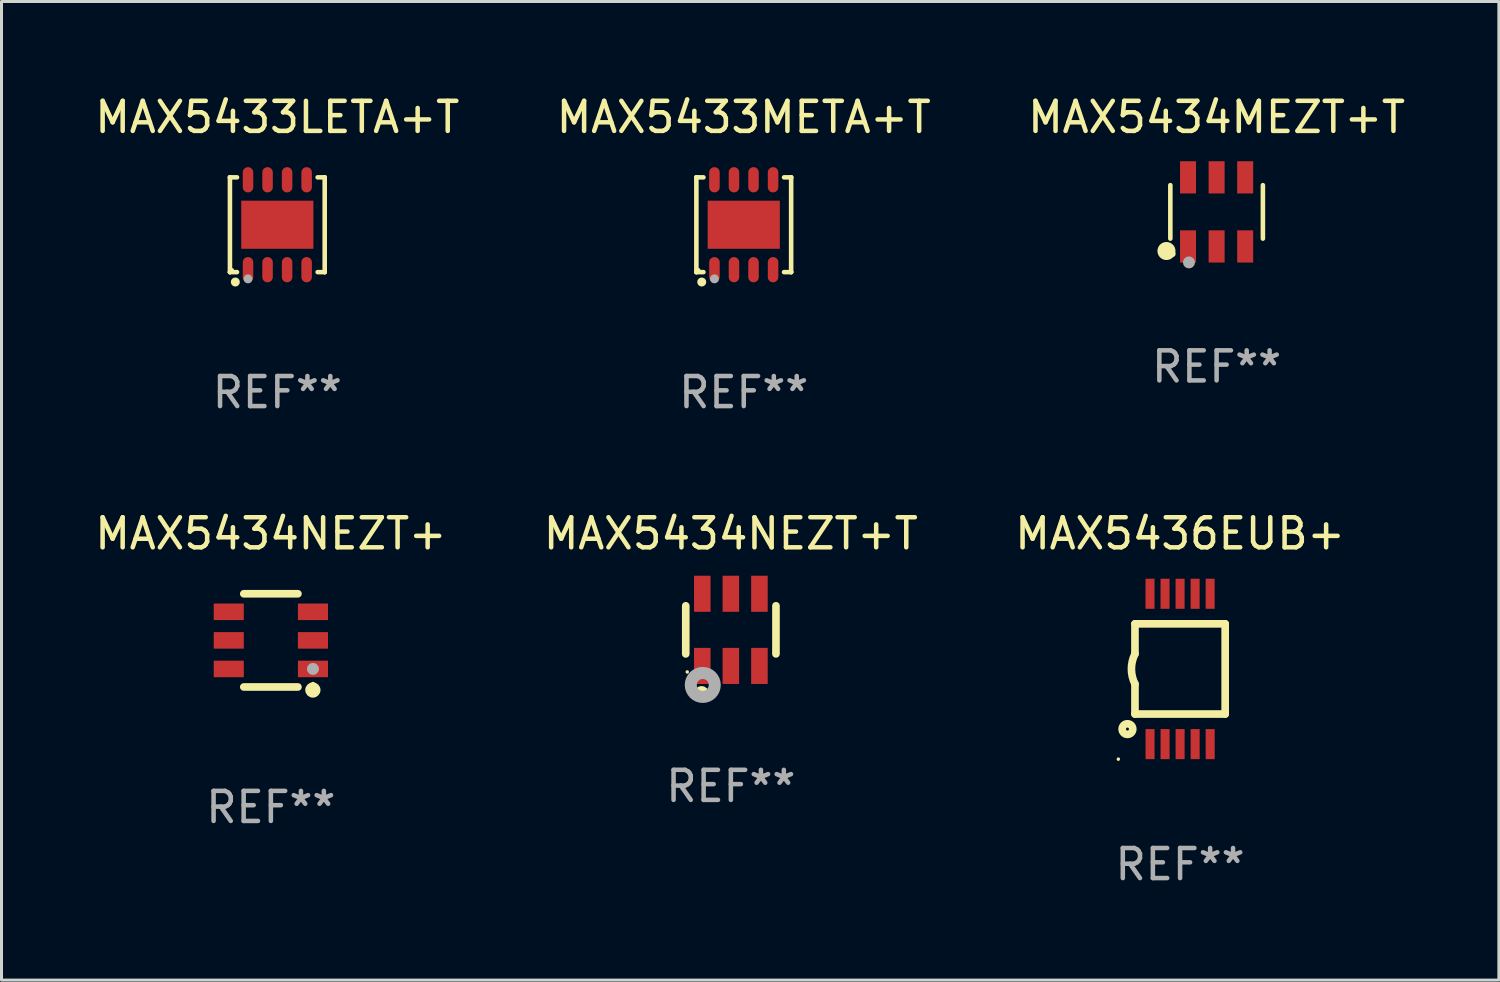
<source format=kicad_pcb>
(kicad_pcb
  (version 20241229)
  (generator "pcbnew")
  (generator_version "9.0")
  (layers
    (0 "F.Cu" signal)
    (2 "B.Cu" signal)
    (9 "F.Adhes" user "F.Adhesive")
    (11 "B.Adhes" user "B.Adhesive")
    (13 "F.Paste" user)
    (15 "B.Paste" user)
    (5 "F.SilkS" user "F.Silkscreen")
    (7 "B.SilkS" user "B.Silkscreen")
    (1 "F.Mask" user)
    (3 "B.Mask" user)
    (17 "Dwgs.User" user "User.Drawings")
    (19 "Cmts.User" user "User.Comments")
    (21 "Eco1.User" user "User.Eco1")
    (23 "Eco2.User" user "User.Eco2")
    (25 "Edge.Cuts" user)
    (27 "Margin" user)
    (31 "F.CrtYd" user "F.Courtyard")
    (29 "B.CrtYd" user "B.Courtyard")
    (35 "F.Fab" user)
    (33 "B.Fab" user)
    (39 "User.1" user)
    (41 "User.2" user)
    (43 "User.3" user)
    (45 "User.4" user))
  (footprint "MAX5434NEZT+"
    (layer "F.Cu")
    (at 5.958 18.247)
    (property "Reference" "MAX5434NEZT+" (at 0 -3.55 0) (layer "F.SilkS") (effects (font (size 1 1) (thickness 0.15))))
    (attr through_hole)
    (fp_line (start -0.9 -1.55) (end 0.9 -1.55) (stroke (width 0.254) (type solid)) (layer "F.SilkS"))
    (fp_line (start -0.9 1.55) (end 0.9 1.55) (stroke (width 0.254) (type solid)) (layer "F.SilkS"))
    (fp_circle (center 1.397 1.651) (end 1.524 1.651) (stroke (width 0.254) (type solid)) (fill no) (layer "F.SilkS"))
    (fp_circle (center 1.4 1.435) (end 1.43 1.435) (stroke (width 0.06) (type solid)) (fill no) (layer "F.SilkS"))
    (fp_circle (center 1.4 0.95) (end 1.5 0.95) (stroke (width 0.2) (type solid)) (fill no) (layer "F.Fab"))
    (fp_text user "REF**" (at 0 5.55 0) (layer "F.Fab") (effects (font (size 1 1) (thickness 0.15))))
    (pad "1" smd rect (at 1.4 0.95) (size 1 0.55) (layers "F.Cu" "F.Mask" "F.Paste"))
    (pad "2" smd rect (at 1.4 -0.000102) (size 1 0.55) (layers "F.Cu" "F.Mask" "F.Paste"))
    (pad "3" smd rect (at 1.4 -0.95) (size 1 0.55) (layers "F.Cu" "F.Mask" "F.Paste"))
    (pad "4" smd rect (at -1.4 -0.95) (size 1 0.55) (layers "F.Cu" "F.Mask" "F.Paste"))
    (pad "5" smd rect (at -1.4 -0.000102) (size 1 0.55) (layers "F.Cu" "F.Mask" "F.Paste"))
    (pad "6" smd rect (at -1.4 0.95) (size 1 0.55) (layers "F.Cu" "F.Mask" "F.Paste")))
  (footprint "MAX5434MEZT+T"
    (layer "F.Cu")
    (at 37.411 3.997)
    (property "Reference" "MAX5434MEZT+T" (at 0 -3.149 0) (layer "F.SilkS") (effects (font (size 1 1) (thickness 0.15))))
    (attr through_hole)
    (fp_line (start -1.539 0.889) (end -1.539 -0.889) (stroke (width 0.152) (type solid)) (layer "F.SilkS"))
    (fp_line (start 1.539 0.889) (end 1.539 -0.889) (stroke (width 0.152) (type solid)) (layer "F.SilkS"))
    (fp_circle (center -1.668 1.301) (end -1.518 1.301) (stroke (width 0.3) (type solid)) (fill no) (layer "F.SilkS"))
    (fp_circle (center -1.463 1.4) (end -1.413 1.4) (stroke (width 0.1) (type solid)) (fill no) (layer "F.SilkS"))
    (fp_circle (center -0.92 1.68) (end -0.82 1.68) (stroke (width 0.2) (type solid)) (fill no) (layer "F.Fab"))
    (fp_text user "REF**" (at 0 5.149 0) (layer "F.Fab") (effects (font (size 1 1) (thickness 0.15))))
    (pad "1" smd rect (at -0.95 1.149) (size 0.532 1.072) (layers "F.Cu" "F.Mask" "F.Paste"))
    (pad "2" smd rect (at 0 1.149) (size 0.532 1.072) (layers "F.Cu" "F.Mask" "F.Paste"))
    (pad "3" smd rect (at 0.95 1.149) (size 0.532 1.072) (layers "F.Cu" "F.Mask" "F.Paste"))
    (pad "4" smd rect (at 0.95 -1.149) (size 0.532 1.072) (layers "F.Cu" "F.Mask" "F.Paste"))
    (pad "5" smd rect (at 0 -1.149) (size 0.532 1.072) (layers "F.Cu" "F.Mask" "F.Paste"))
    (pad "6" smd rect (at -0.95 -1.149) (size 0.532 1.072) (layers "F.Cu" "F.Mask" "F.Paste")))
  (footprint "MAX5433META+T"
    (layer "F.Cu")
    (at 21.685 4.424)
    (property "Reference" "MAX5433META+T" (at 0 -3.576 0) (layer "F.SilkS") (effects (font (size 1 1) (thickness 0.15))))
    (attr through_hole)
    (fp_line (start -1.576 -1.576) (end -1.576 -1.576) (stroke (width 0.152) (type solid)) (layer "F.SilkS"))
    (fp_line (start -1.576 -1.576) (end -1.341 -1.576) (stroke (width 0.152) (type solid)) (layer "F.SilkS"))
    (fp_line (start -1.576 1.576) (end -1.576 -1.576) (stroke (width 0.152) (type solid)) (layer "F.SilkS"))
    (fp_line (start -1.576 1.576) (end -1.576 1.576) (stroke (width 0.152) (type solid)) (layer "F.SilkS"))
    (fp_line (start -1.341 1.576) (end -1.576 1.576) (stroke (width 0.152) (type solid)) (layer "F.SilkS"))
    (fp_line (start 1.341 1.576) (end 1.576 1.576) (stroke (width 0.152) (type solid)) (layer "F.SilkS"))
    (fp_line (start 1.576 -1.576) (end 1.341 -1.576) (stroke (width 0.152) (type solid)) (layer "F.SilkS"))
    (fp_line (start 1.576 -1.576) (end 1.576 -1.576) (stroke (width 0.152) (type solid)) (layer "F.SilkS"))
    (fp_line (start 1.576 1.576) (end 1.576 -1.576) (stroke (width 0.152) (type solid)) (layer "F.SilkS"))
    (fp_line (start 1.576 1.576) (end 1.576 1.576) (stroke (width 0.152) (type solid)) (layer "F.SilkS"))
    (fp_circle (center -1.5 1.5) (end -1.47 1.5) (stroke (width 0.06) (type solid)) (fill no) (layer "F.SilkS"))
    (fp_circle (center -1.397 1.905) (end -1.322 1.905) (stroke (width 0.15) (type solid)) (fill no) (layer "F.SilkS"))
    (fp_circle (center -0.975 1.8) (end -0.9 1.8) (stroke (width 0.15) (type solid)) (fill no) (layer "F.Fab"))
    (fp_text user "REF**" (at 0 5.576 0) (layer "F.Fab") (effects (font (size 1 1) (thickness 0.15))))
    (pad "1" smd oval (at -0.975 1.495) (size 0.35 0.84) (layers "F.Cu" "F.Mask" "F.Paste"))
    (pad "2" smd oval (at -0.325 1.495) (size 0.35 0.84) (layers "F.Cu" "F.Mask" "F.Paste"))
    (pad "3" smd oval (at 0.325 1.495) (size 0.35 0.84) (layers "F.Cu" "F.Mask" "F.Paste"))
    (pad "4" smd oval (at 0.975 1.495) (size 0.35 0.84) (layers "F.Cu" "F.Mask" "F.Paste"))
    (pad "5" smd oval (at 0.975 -1.495) (size 0.35 0.84) (layers "F.Cu" "F.Mask" "F.Paste"))
    (pad "6" smd oval (at 0.325 -1.495) (size 0.35 0.84) (layers "F.Cu" "F.Mask" "F.Paste"))
    (pad "7" smd oval (at -0.325 -1.495) (size 0.35 0.84) (layers "F.Cu" "F.Mask" "F.Paste"))
    (pad "8" smd oval (at -0.975 -1.495) (size 0.35 0.84) (layers "F.Cu" "F.Mask" "F.Paste"))
    (pad "9" smd rect (at 0 0) (size 2.4 1.6) (layers "F.Cu" "F.Mask" "F.Paste")))
  (footprint "MAX5433LETA+T"
    (layer "F.Cu")
    (at 6.173 4.424)
    (property "Reference" "MAX5433LETA+T" (at 0 -3.576 0) (layer "F.SilkS") (effects (font (size 1 1) (thickness 0.15))))
    (attr through_hole)
    (fp_line (start -1.576 -1.576) (end -1.576 -1.576) (stroke (width 0.152) (type solid)) (layer "F.SilkS"))
    (fp_line (start -1.576 -1.576) (end -1.341 -1.576) (stroke (width 0.152) (type solid)) (layer "F.SilkS"))
    (fp_line (start -1.576 1.576) (end -1.576 -1.576) (stroke (width 0.152) (type solid)) (layer "F.SilkS"))
    (fp_line (start -1.576 1.576) (end -1.576 1.576) (stroke (width 0.152) (type solid)) (layer "F.SilkS"))
    (fp_line (start -1.341 1.576) (end -1.576 1.576) (stroke (width 0.152) (type solid)) (layer "F.SilkS"))
    (fp_line (start 1.341 1.576) (end 1.576 1.576) (stroke (width 0.152) (type solid)) (layer "F.SilkS"))
    (fp_line (start 1.576 -1.576) (end 1.341 -1.576) (stroke (width 0.152) (type solid)) (layer "F.SilkS"))
    (fp_line (start 1.576 -1.576) (end 1.576 -1.576) (stroke (width 0.152) (type solid)) (layer "F.SilkS"))
    (fp_line (start 1.576 1.576) (end 1.576 -1.576) (stroke (width 0.152) (type solid)) (layer "F.SilkS"))
    (fp_line (start 1.576 1.576) (end 1.576 1.576) (stroke (width 0.152) (type solid)) (layer "F.SilkS"))
    (fp_circle (center -1.5 1.5) (end -1.47 1.5) (stroke (width 0.06) (type solid)) (fill no) (layer "F.SilkS"))
    (fp_circle (center -1.397 1.905) (end -1.322 1.905) (stroke (width 0.15) (type solid)) (fill no) (layer "F.SilkS"))
    (fp_circle (center -0.975 1.8) (end -0.9 1.8) (stroke (width 0.15) (type solid)) (fill no) (layer "F.Fab"))
    (fp_text user "REF**" (at 0 5.576 0) (layer "F.Fab") (effects (font (size 1 1) (thickness 0.15))))
    (pad "1" smd oval (at -0.975 1.495) (size 0.35 0.84) (layers "F.Cu" "F.Mask" "F.Paste"))
    (pad "2" smd oval (at -0.325 1.495) (size 0.35 0.84) (layers "F.Cu" "F.Mask" "F.Paste"))
    (pad "3" smd oval (at 0.325 1.495) (size 0.35 0.84) (layers "F.Cu" "F.Mask" "F.Paste"))
    (pad "4" smd oval (at 0.975 1.495) (size 0.35 0.84) (layers "F.Cu" "F.Mask" "F.Paste"))
    (pad "5" smd oval (at 0.975 -1.495) (size 0.35 0.84) (layers "F.Cu" "F.Mask" "F.Paste"))
    (pad "6" smd oval (at 0.325 -1.495) (size 0.35 0.84) (layers "F.Cu" "F.Mask" "F.Paste"))
    (pad "7" smd oval (at -0.325 -1.495) (size 0.35 0.84) (layers "F.Cu" "F.Mask" "F.Paste"))
    (pad "8" smd oval (at -0.975 -1.495) (size 0.35 0.84) (layers "F.Cu" "F.Mask" "F.Paste"))
    (pad "9" smd rect (at 0 0) (size 2.4 1.6) (layers "F.Cu" "F.Mask" "F.Paste")))
  (footprint "MAX5436EUB+"
    (layer "F.Cu")
    (at 36.196 19.197)
    (property "Reference" "MAX5436EUB+" (at 0 -4.5 0) (layer "F.SilkS") (effects (font (size 1 1) (thickness 0.15))))
    (attr through_hole)
    (fp_line (start -1.5 -1.5) (end -1.5 -0.5) (stroke (width 0.254) (type solid)) (layer "F.SilkS"))
    (fp_line (start -1.5 1.5) (end -1.5 0.5) (stroke (width 0.254) (type solid)) (layer "F.SilkS"))
    (fp_line (start -1.5 1.5) (end 1.5 1.5) (stroke (width 0.254) (type solid)) (layer "F.SilkS"))
    (fp_line (start 1.5 1.5) (end 1.5 -1.5) (stroke (width 0.254) (type solid)) (layer "F.SilkS"))
    (fp_line (start 1.5 -1.5) (end -1.5 -1.5) (stroke (width 0.254) (type solid)) (layer "F.SilkS"))
    (fp_arc (start -1.500165 0.499873) (mid -1.618199 -0.000127) (end -1.500165 -0.500127) (stroke (width 0.254001) (type solid)) (layer "F.SilkS"))
    (fp_circle (center -2.054 3) (end -2.024 3) (stroke (width 0.06) (type solid)) (fill no) (layer "F.SilkS"))
    (fp_circle (center -1.75 2) (end -1.573 2) (stroke (width 0.254) (type solid)) (fill no) (layer "F.SilkS"))
    (fp_text user "REF**" (at 0 6.5 0) (layer "F.Fab") (effects (font (size 1 1) (thickness 0.15))))
    (pad "1" smd rect (at -0.999 2.5 180) (size 0.3 1) (layers "F.Cu" "F.Mask" "F.Paste"))
    (pad "2" smd rect (at -0.499 2.5 180) (size 0.3 1) (layers "F.Cu" "F.Mask" "F.Paste"))
    (pad "3" smd rect (at 0.001 2.5 180) (size 0.3 1) (layers "F.Cu" "F.Mask" "F.Paste"))
    (pad "4" smd rect (at 0.501 2.5 180) (size 0.3 1) (layers "F.Cu" "F.Mask" "F.Paste"))
    (pad "5" smd rect (at 1.001 2.5 180) (size 0.3 1) (layers "F.Cu" "F.Mask" "F.Paste"))
    (pad "6" smd rect (at 1 -2.5 180) (size 0.3 1) (layers "F.Cu" "F.Mask" "F.Paste"))
    (pad "7" smd rect (at 0.5 -2.5 180) (size 0.3 1) (layers "F.Cu" "F.Mask" "F.Paste"))
    (pad "8" smd rect (at -0.000165 -2.5 180) (size 0.3 1) (layers "F.Cu" "F.Mask" "F.Paste"))
    (pad "9" smd rect (at -0.5 -2.5 180) (size 0.3 1) (layers "F.Cu" "F.Mask" "F.Paste"))
    (pad "10" smd rect (at -1 -2.5 180) (size 0.3 1) (layers "F.Cu" "F.Mask" "F.Paste")))
  (footprint "MAX5434NEZT+T"
    (layer "F.Cu")
    (at 21.256 17.897)
    (property "Reference" "MAX5434NEZT+T" (at 0 -3.2 0) (layer "F.SilkS") (effects (font (size 1 1) (thickness 0.15))))
    (attr through_hole)
    (fp_line (start -1.5 0.8) (end -1.5 -0.8) (stroke (width 0.254) (type solid)) (layer "F.SilkS"))
    (fp_line (start 1.5 -0.8) (end 1.5 0.8) (stroke (width 0.254) (type solid)) (layer "F.SilkS"))
    (fp_circle (center -1.45 1.4) (end -1.42 1.4) (stroke (width 0.06) (type solid)) (fill no) (layer "F.SilkS"))
    (fp_circle (center -0.975 2.125) (end -0.848 2.125) (stroke (width 0.254) (type solid)) (fill no) (layer "F.SilkS"))
    (fp_circle (center -0.934 1.832) (end -0.735 1.832) (stroke (width 0.4) (type solid)) (fill no) (layer "F.Fab"))
    (fp_text user "REF**" (at 0 5.2 0) (layer "F.Fab") (effects (font (size 1 1) (thickness 0.15))))
    (pad "1" smd rect (at -0.95 1.2) (size 0.55 1.2) (layers "F.Cu" "F.Mask" "F.Paste"))
    (pad "2" smd rect (at 0 1.2) (size 0.55 1.2) (layers "F.Cu" "F.Mask" "F.Paste"))
    (pad "3" smd rect (at 0.95 1.2) (size 0.55 1.2) (layers "F.Cu" "F.Mask" "F.Paste"))
    (pad "4" smd rect (at 0.95 -1.2) (size 0.55 1.2) (layers "F.Cu" "F.Mask" "F.Paste"))
    (pad "5" smd rect (at 0 -1.2) (size 0.55 1.2) (layers "F.Cu" "F.Mask" "F.Paste"))
    (pad "6" smd rect (at -0.95 -1.2) (size 0.55 1.2) (layers "F.Cu" "F.Mask" "F.Paste")))
  (gr_rect
    (start -3 -3)
    (end 46.798 29.545)
    (stroke (width 0.1) (type default))
    (fill no)
    (layer "Edge.Cuts")))
</source>
